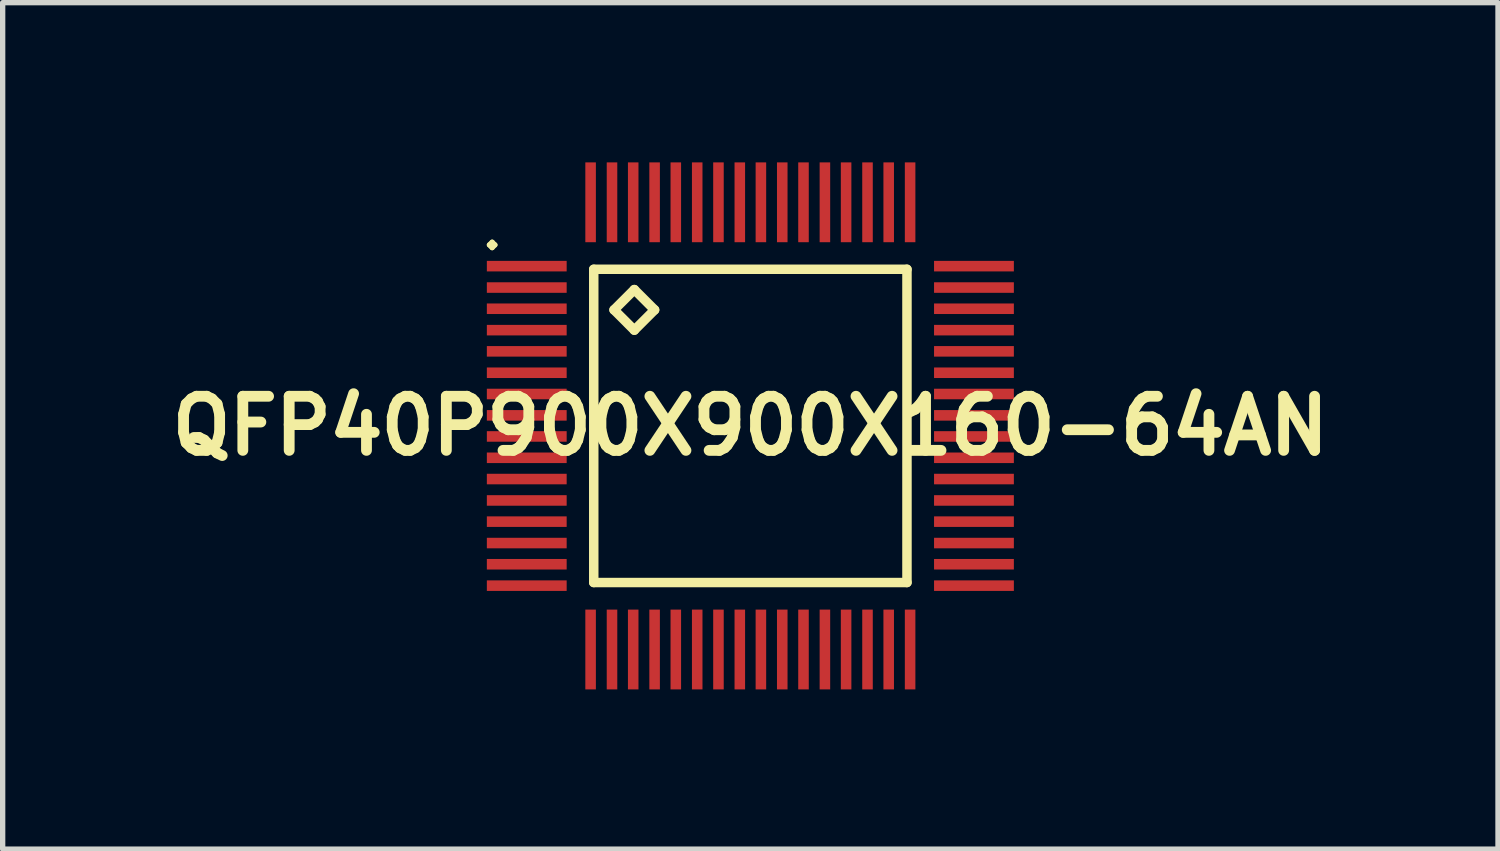
<source format=kicad_pcb>
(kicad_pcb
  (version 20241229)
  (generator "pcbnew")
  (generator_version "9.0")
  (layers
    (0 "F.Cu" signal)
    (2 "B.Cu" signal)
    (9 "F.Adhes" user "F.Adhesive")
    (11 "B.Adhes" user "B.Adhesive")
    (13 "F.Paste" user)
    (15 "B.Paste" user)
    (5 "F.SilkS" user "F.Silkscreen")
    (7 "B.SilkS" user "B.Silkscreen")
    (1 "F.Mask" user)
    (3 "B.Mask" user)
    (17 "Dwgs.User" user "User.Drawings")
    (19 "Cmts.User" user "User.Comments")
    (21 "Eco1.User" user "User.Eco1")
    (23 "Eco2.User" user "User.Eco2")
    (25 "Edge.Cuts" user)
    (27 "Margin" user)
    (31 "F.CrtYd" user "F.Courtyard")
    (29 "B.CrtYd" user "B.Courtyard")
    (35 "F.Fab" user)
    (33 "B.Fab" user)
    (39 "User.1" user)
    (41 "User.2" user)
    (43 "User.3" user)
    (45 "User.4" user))
  (footprint "QFP40P900X900X160-64AN"
    (layer "F.Cu")
    (at 11.041 4.948)
    (property "Reference" "QFP40P900X900X160-64AN" (at 0 0 0) (layer "F.SilkS") (effects (font (size 1.016 1.016) (thickness 0.203))))
    (attr smd)
    (fp_line (start -4.9 -3.399) (end -4.849 -3.449) (stroke (width 0.099) (type solid)) (layer "F.SilkS"))
    (fp_line (start -4.849 -3.449) (end -4.798 -3.399) (stroke (width 0.099) (type solid)) (layer "F.SilkS"))
    (fp_line (start -4.849 -3.348) (end -4.9 -3.399) (stroke (width 0.099) (type solid)) (layer "F.SilkS"))
    (fp_line (start -4.798 -3.399) (end -4.849 -3.348) (stroke (width 0.099) (type solid)) (layer "F.SilkS"))
    (fp_line (start -2.941 -2.941) (end -2.941 2.941) (stroke (width 0.178) (type solid)) (layer "F.SilkS"))
    (fp_line (start -2.941 2.941) (end 2.941 2.941) (stroke (width 0.178) (type solid)) (layer "F.SilkS"))
    (fp_line (start -2.56 -2.179) (end -2.179 -2.56) (stroke (width 0.178) (type solid)) (layer "F.SilkS"))
    (fp_line (start -2.179 -2.56) (end -1.798 -2.179) (stroke (width 0.178) (type solid)) (layer "F.SilkS"))
    (fp_line (start -2.179 -1.798) (end -2.56 -2.179) (stroke (width 0.178) (type solid)) (layer "F.SilkS"))
    (fp_line (start -1.798 -2.179) (end -2.179 -1.798) (stroke (width 0.178) (type solid)) (layer "F.SilkS"))
    (fp_line (start 2.941 -2.941) (end -2.941 -2.941) (stroke (width 0.178) (type solid)) (layer "F.SilkS"))
    (fp_line (start 2.941 2.941) (end 2.941 -2.941) (stroke (width 0.178) (type solid)) (layer "F.SilkS"))
    (pad "1" smd rect (at -4.199 -3) (size 1.499 0.198) (layers "F.Cu" "F.Mask" "F.Paste"))
    (pad "2" smd rect (at -4.199 -2.598) (size 1.499 0.198) (layers "F.Cu" "F.Mask" "F.Paste"))
    (pad "3" smd rect (at -4.199 -2.2) (size 1.499 0.198) (layers "F.Cu" "F.Mask" "F.Paste"))
    (pad "4" smd rect (at -4.199 -1.798) (size 1.499 0.198) (layers "F.Cu" "F.Mask" "F.Paste"))
    (pad "5" smd rect (at -4.199 -1.4) (size 1.499 0.198) (layers "F.Cu" "F.Mask" "F.Paste"))
    (pad "6" smd rect (at -4.199 -0.998) (size 1.499 0.198) (layers "F.Cu" "F.Mask" "F.Paste"))
    (pad "7" smd rect (at -4.199 -0.599) (size 1.499 0.198) (layers "F.Cu" "F.Mask" "F.Paste"))
    (pad "8" smd rect (at -4.199 -0.198) (size 1.499 0.198) (layers "F.Cu" "F.Mask" "F.Paste"))
    (pad "9" smd rect (at -4.199 0.198) (size 1.499 0.198) (layers "F.Cu" "F.Mask" "F.Paste"))
    (pad "10" smd rect (at -4.199 0.599) (size 1.499 0.198) (layers "F.Cu" "F.Mask" "F.Paste"))
    (pad "11" smd rect (at -4.199 0.998) (size 1.499 0.198) (layers "F.Cu" "F.Mask" "F.Paste"))
    (pad "12" smd rect (at -4.199 1.4) (size 1.499 0.198) (layers "F.Cu" "F.Mask" "F.Paste"))
    (pad "13" smd rect (at -4.199 1.798) (size 1.499 0.198) (layers "F.Cu" "F.Mask" "F.Paste"))
    (pad "14" smd rect (at -4.199 2.2) (size 1.499 0.198) (layers "F.Cu" "F.Mask" "F.Paste"))
    (pad "15" smd rect (at -4.199 2.598) (size 1.499 0.198) (layers "F.Cu" "F.Mask" "F.Paste"))
    (pad "16" smd rect (at -4.199 3) (size 1.499 0.198) (layers "F.Cu" "F.Mask" "F.Paste"))
    (pad "17" smd rect (at -3 4.199) (size 0.198 1.499) (layers "F.Cu" "F.Mask" "F.Paste"))
    (pad "18" smd rect (at -2.598 4.199) (size 0.198 1.499) (layers "F.Cu" "F.Mask" "F.Paste"))
    (pad "19" smd rect (at -2.2 4.199) (size 0.198 1.499) (layers "F.Cu" "F.Mask" "F.Paste"))
    (pad "20" smd rect (at -1.798 4.199) (size 0.198 1.499) (layers "F.Cu" "F.Mask" "F.Paste"))
    (pad "21" smd rect (at -1.4 4.199) (size 0.198 1.499) (layers "F.Cu" "F.Mask" "F.Paste"))
    (pad "22" smd rect (at -0.998 4.199) (size 0.198 1.499) (layers "F.Cu" "F.Mask" "F.Paste"))
    (pad "23" smd rect (at -0.599 4.199) (size 0.198 1.499) (layers "F.Cu" "F.Mask" "F.Paste"))
    (pad "24" smd rect (at -0.198 4.199) (size 0.198 1.499) (layers "F.Cu" "F.Mask" "F.Paste"))
    (pad "25" smd rect (at 0.198 4.199) (size 0.198 1.499) (layers "F.Cu" "F.Mask" "F.Paste"))
    (pad "26" smd rect (at 0.599 4.199) (size 0.198 1.499) (layers "F.Cu" "F.Mask" "F.Paste"))
    (pad "27" smd rect (at 0.998 4.199) (size 0.198 1.499) (layers "F.Cu" "F.Mask" "F.Paste"))
    (pad "28" smd rect (at 1.4 4.199) (size 0.198 1.499) (layers "F.Cu" "F.Mask" "F.Paste"))
    (pad "29" smd rect (at 1.798 4.199) (size 0.198 1.499) (layers "F.Cu" "F.Mask" "F.Paste"))
    (pad "30" smd rect (at 2.2 4.199) (size 0.198 1.499) (layers "F.Cu" "F.Mask" "F.Paste"))
    (pad "31" smd rect (at 2.598 4.199) (size 0.198 1.499) (layers "F.Cu" "F.Mask" "F.Paste"))
    (pad "32" smd rect (at 3 4.199) (size 0.198 1.499) (layers "F.Cu" "F.Mask" "F.Paste"))
    (pad "33" smd rect (at 4.199 3) (size 1.499 0.198) (layers "F.Cu" "F.Mask" "F.Paste"))
    (pad "34" smd rect (at 4.199 2.598) (size 1.499 0.198) (layers "F.Cu" "F.Mask" "F.Paste"))
    (pad "35" smd rect (at 4.199 2.2) (size 1.499 0.198) (layers "F.Cu" "F.Mask" "F.Paste"))
    (pad "36" smd rect (at 4.199 1.798) (size 1.499 0.198) (layers "F.Cu" "F.Mask" "F.Paste"))
    (pad "37" smd rect (at 4.199 1.4) (size 1.499 0.198) (layers "F.Cu" "F.Mask" "F.Paste"))
    (pad "38" smd rect (at 4.199 0.998) (size 1.499 0.198) (layers "F.Cu" "F.Mask" "F.Paste"))
    (pad "39" smd rect (at 4.199 0.599) (size 1.499 0.198) (layers "F.Cu" "F.Mask" "F.Paste"))
    (pad "40" smd rect (at 4.199 0.198) (size 1.499 0.198) (layers "F.Cu" "F.Mask" "F.Paste"))
    (pad "41" smd rect (at 4.199 -0.198) (size 1.499 0.198) (layers "F.Cu" "F.Mask" "F.Paste"))
    (pad "42" smd rect (at 4.199 -0.599) (size 1.499 0.198) (layers "F.Cu" "F.Mask" "F.Paste"))
    (pad "43" smd rect (at 4.199 -0.998) (size 1.499 0.198) (layers "F.Cu" "F.Mask" "F.Paste"))
    (pad "44" smd rect (at 4.199 -1.4) (size 1.499 0.198) (layers "F.Cu" "F.Mask" "F.Paste"))
    (pad "45" smd rect (at 4.199 -1.798) (size 1.499 0.198) (layers "F.Cu" "F.Mask" "F.Paste"))
    (pad "46" smd rect (at 4.199 -2.2) (size 1.499 0.198) (layers "F.Cu" "F.Mask" "F.Paste"))
    (pad "47" smd rect (at 4.199 -2.598) (size 1.499 0.198) (layers "F.Cu" "F.Mask" "F.Paste"))
    (pad "48" smd rect (at 4.199 -3) (size 1.499 0.198) (layers "F.Cu" "F.Mask" "F.Paste"))
    (pad "49" smd rect (at 3 -4.199) (size 0.198 1.499) (layers "F.Cu" "F.Mask" "F.Paste"))
    (pad "50" smd rect (at 2.598 -4.199) (size 0.198 1.499) (layers "F.Cu" "F.Mask" "F.Paste"))
    (pad "51" smd rect (at 2.2 -4.199) (size 0.198 1.499) (layers "F.Cu" "F.Mask" "F.Paste"))
    (pad "52" smd rect (at 1.798 -4.199) (size 0.198 1.499) (layers "F.Cu" "F.Mask" "F.Paste"))
    (pad "53" smd rect (at 1.4 -4.199) (size 0.198 1.499) (layers "F.Cu" "F.Mask" "F.Paste"))
    (pad "54" smd rect (at 0.998 -4.199) (size 0.198 1.499) (layers "F.Cu" "F.Mask" "F.Paste"))
    (pad "55" smd rect (at 0.599 -4.199) (size 0.198 1.499) (layers "F.Cu" "F.Mask" "F.Paste"))
    (pad "56" smd rect (at 0.198 -4.199) (size 0.198 1.499) (layers "F.Cu" "F.Mask" "F.Paste"))
    (pad "57" smd rect (at -0.198 -4.199) (size 0.198 1.499) (layers "F.Cu" "F.Mask" "F.Paste"))
    (pad "58" smd rect (at -0.599 -4.199) (size 0.198 1.499) (layers "F.Cu" "F.Mask" "F.Paste"))
    (pad "59" smd rect (at -0.998 -4.199) (size 0.198 1.499) (layers "F.Cu" "F.Mask" "F.Paste"))
    (pad "60" smd rect (at -1.4 -4.199) (size 0.198 1.499) (layers "F.Cu" "F.Mask" "F.Paste"))
    (pad "61" smd rect (at -1.798 -4.199) (size 0.198 1.499) (layers "F.Cu" "F.Mask" "F.Paste"))
    (pad "62" smd rect (at -2.2 -4.199) (size 0.198 1.499) (layers "F.Cu" "F.Mask" "F.Paste"))
    (pad "63" smd rect (at -2.598 -4.199) (size 0.198 1.499) (layers "F.Cu" "F.Mask" "F.Paste"))
    (pad "64" smd rect (at -3 -4.199) (size 0.198 1.499) (layers "F.Cu" "F.Mask" "F.Paste")))
  (gr_rect
    (start -3 -3)
    (end 25.081 12.896)
    (stroke (width 0.1) (type default))
    (fill no)
    (layer "Edge.Cuts")))
</source>
